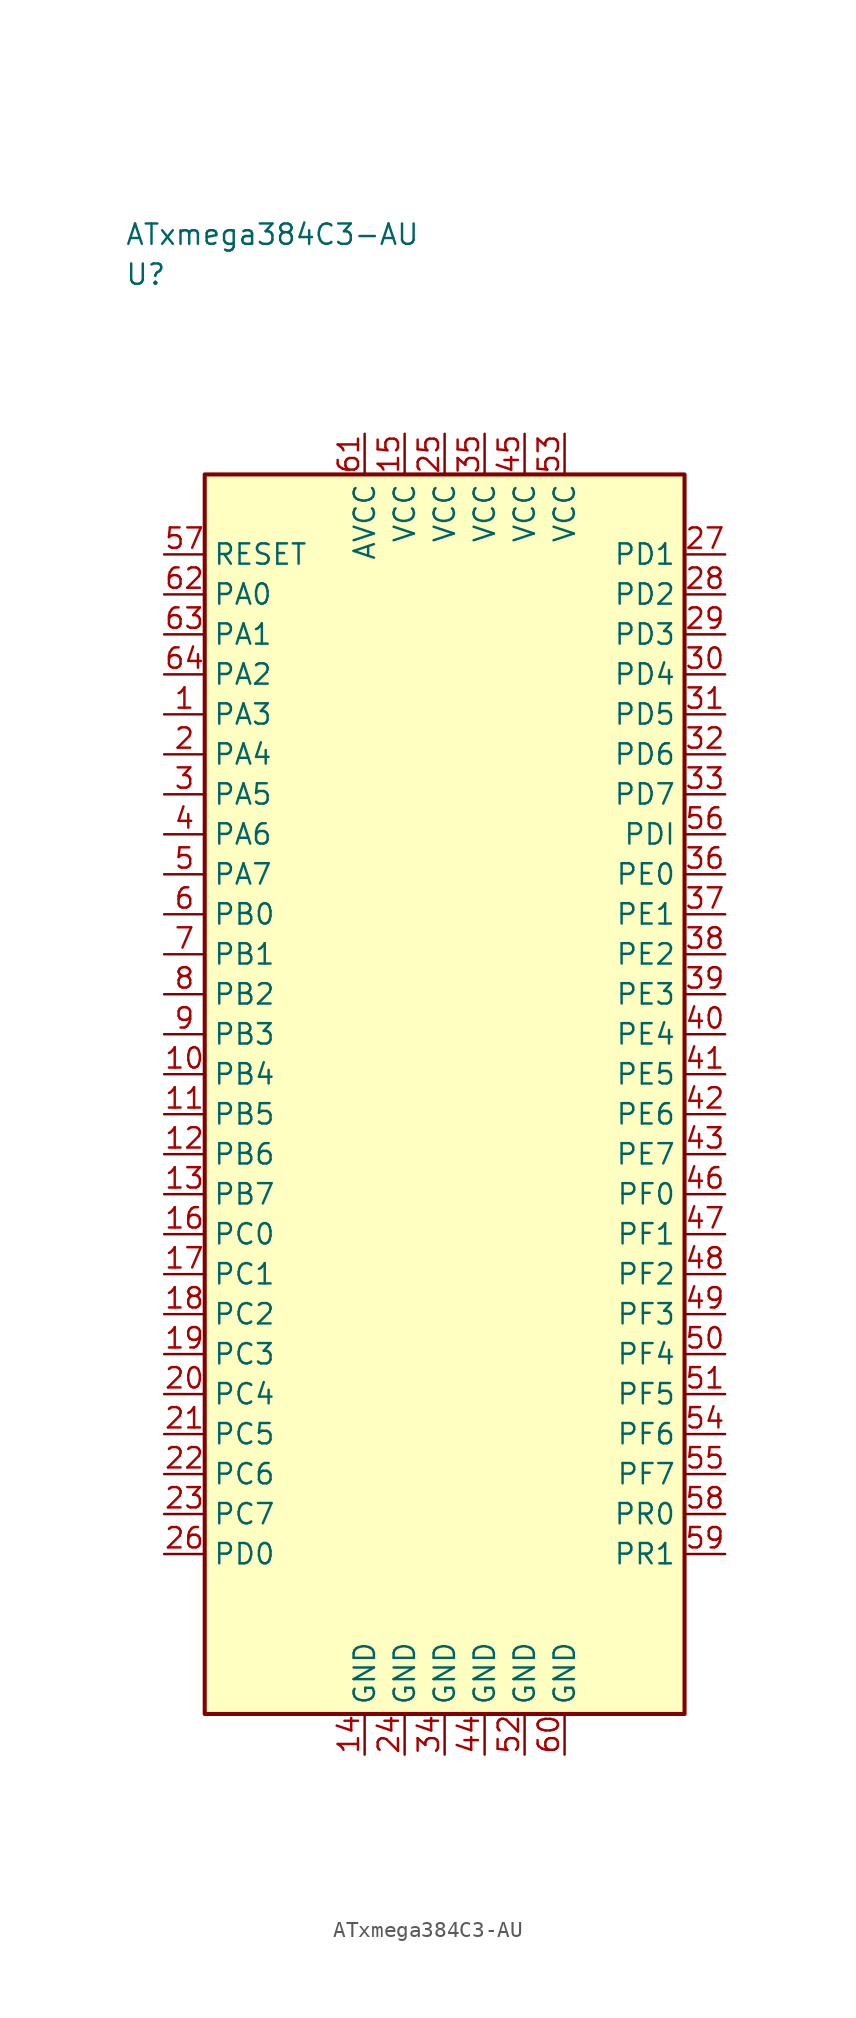
<source format=kicad_sym>
(kicad_symbol_lib
  (version 20241025)
  (generator "kicad_symbol_editor")
  (generator_version "8.0")
  (symbol "ATxmega384C3-AU"
    (property "Reference" "U"
      (at -20.0 51.25 0)
      (effects (font (size 1.27 1.27)) (justify left)))
    (property "Value" "ATxmega384C3-AU"
      (at -20.0 53.75 0)
      (effects (font (size 1.27 1.27)) (justify left)))
    (symbol "ATxmega384C3-AU_0_1"
      (rectangle (start -15.0 38.75) (end 15.0 -38.75) (stroke (width 0.254) (type default)) (fill (type background))))
    (symbol "ATxmega384C3-AU_1_1"
      (pin bidirectional line (at -17.54 23.75 0.0) (length 2.54) (name "PA3" (effects (font (size 1.27 1.27)))) (number "1" (effects (font (size 1.27 1.27)))))
      (pin bidirectional line (at -17.54 21.25 0.0) (length 2.54) (name "PA4" (effects (font (size 1.27 1.27)))) (number "2" (effects (font (size 1.27 1.27)))))
      (pin bidirectional line (at -17.54 18.75 0.0) (length 2.54) (name "PA5" (effects (font (size 1.27 1.27)))) (number "3" (effects (font (size 1.27 1.27)))))
      (pin bidirectional line (at -17.54 16.25 0.0) (length 2.54) (name "PA6" (effects (font (size 1.27 1.27)))) (number "4" (effects (font (size 1.27 1.27)))))
      (pin bidirectional line (at -17.54 13.75 0.0) (length 2.54) (name "PA7" (effects (font (size 1.27 1.27)))) (number "5" (effects (font (size 1.27 1.27)))))
      (pin bidirectional line (at -17.54 11.25 0.0) (length 2.54) (name "PB0" (effects (font (size 1.27 1.27)))) (number "6" (effects (font (size 1.27 1.27)))))
      (pin bidirectional line (at -17.54 8.75 0.0) (length 2.54) (name "PB1" (effects (font (size 1.27 1.27)))) (number "7" (effects (font (size 1.27 1.27)))))
      (pin bidirectional line (at -17.54 6.25 0.0) (length 2.54) (name "PB2" (effects (font (size 1.27 1.27)))) (number "8" (effects (font (size 1.27 1.27)))))
      (pin bidirectional line (at -17.54 3.75 0.0) (length 2.54) (name "PB3" (effects (font (size 1.27 1.27)))) (number "9" (effects (font (size 1.27 1.27)))))
      (pin bidirectional line (at -17.54 1.25 0.0) (length 2.54) (name "PB4" (effects (font (size 1.27 1.27)))) (number "10" (effects (font (size 1.27 1.27)))))
      (pin bidirectional line (at -17.54 -1.25 0.0) (length 2.54) (name "PB5" (effects (font (size 1.27 1.27)))) (number "11" (effects (font (size 1.27 1.27)))))
      (pin bidirectional line (at -17.54 -3.75 0.0) (length 2.54) (name "PB6" (effects (font (size 1.27 1.27)))) (number "12" (effects (font (size 1.27 1.27)))))
      (pin bidirectional line (at -17.54 -6.25 0.0) (length 2.54) (name "PB7" (effects (font (size 1.27 1.27)))) (number "13" (effects (font (size 1.27 1.27)))))
      (pin passive line (at -5.0 -41.29 90.0) (length 2.54) (name "GND" (effects (font (size 1.27 1.27)))) (number "14" (effects (font (size 1.27 1.27)))))
      (pin power_in line (at -2.5 41.29 270.0) (length 2.54) (name "VCC" (effects (font (size 1.27 1.27)))) (number "15" (effects (font (size 1.27 1.27)))))
      (pin bidirectional line (at -17.54 -8.75 0.0) (length 2.54) (name "PC0" (effects (font (size 1.27 1.27)))) (number "16" (effects (font (size 1.27 1.27)))))
      (pin bidirectional line (at -17.54 -11.25 0.0) (length 2.54) (name "PC1" (effects (font (size 1.27 1.27)))) (number "17" (effects (font (size 1.27 1.27)))))
      (pin bidirectional line (at -17.54 -13.75 0.0) (length 2.54) (name "PC2" (effects (font (size 1.27 1.27)))) (number "18" (effects (font (size 1.27 1.27)))))
      (pin bidirectional line (at -17.54 -16.25 0.0) (length 2.54) (name "PC3" (effects (font (size 1.27 1.27)))) (number "19" (effects (font (size 1.27 1.27)))))
      (pin bidirectional line (at -17.54 -18.75 0.0) (length 2.54) (name "PC4" (effects (font (size 1.27 1.27)))) (number "20" (effects (font (size 1.27 1.27)))))
      (pin bidirectional line (at -17.54 -21.25 0.0) (length 2.54) (name "PC5" (effects (font (size 1.27 1.27)))) (number "21" (effects (font (size 1.27 1.27)))))
      (pin bidirectional line (at -17.54 -23.75 0.0) (length 2.54) (name "PC6" (effects (font (size 1.27 1.27)))) (number "22" (effects (font (size 1.27 1.27)))))
      (pin bidirectional line (at -17.54 -26.25 0.0) (length 2.54) (name "PC7" (effects (font (size 1.27 1.27)))) (number "23" (effects (font (size 1.27 1.27)))))
      (pin passive line (at -2.5 -41.29 90.0) (length 2.54) (name "GND" (effects (font (size 1.27 1.27)))) (number "24" (effects (font (size 1.27 1.27)))))
      (pin power_in line (at 0.0 41.29 270.0) (length 2.54) (name "VCC" (effects (font (size 1.27 1.27)))) (number "25" (effects (font (size 1.27 1.27)))))
      (pin bidirectional line (at -17.54 -28.75 0.0) (length 2.54) (name "PD0" (effects (font (size 1.27 1.27)))) (number "26" (effects (font (size 1.27 1.27)))))
      (pin bidirectional line (at 17.54 33.75 180.0) (length 2.54) (name "PD1" (effects (font (size 1.27 1.27)))) (number "27" (effects (font (size 1.27 1.27)))))
      (pin bidirectional line (at 17.54 31.25 180.0) (length 2.54) (name "PD2" (effects (font (size 1.27 1.27)))) (number "28" (effects (font (size 1.27 1.27)))))
      (pin bidirectional line (at 17.54 28.75 180.0) (length 2.54) (name "PD3" (effects (font (size 1.27 1.27)))) (number "29" (effects (font (size 1.27 1.27)))))
      (pin bidirectional line (at 17.54 26.25 180.0) (length 2.54) (name "PD4" (effects (font (size 1.27 1.27)))) (number "30" (effects (font (size 1.27 1.27)))))
      (pin bidirectional line (at 17.54 23.75 180.0) (length 2.54) (name "PD5" (effects (font (size 1.27 1.27)))) (number "31" (effects (font (size 1.27 1.27)))))
      (pin bidirectional line (at 17.54 21.25 180.0) (length 2.54) (name "PD6" (effects (font (size 1.27 1.27)))) (number "32" (effects (font (size 1.27 1.27)))))
      (pin bidirectional line (at 17.54 18.75 180.0) (length 2.54) (name "PD7" (effects (font (size 1.27 1.27)))) (number "33" (effects (font (size 1.27 1.27)))))
      (pin passive line (at 0.0 -41.29 90.0) (length 2.54) (name "GND" (effects (font (size 1.27 1.27)))) (number "34" (effects (font (size 1.27 1.27)))))
      (pin power_in line (at 2.5 41.29 270.0) (length 2.54) (name "VCC" (effects (font (size 1.27 1.27)))) (number "35" (effects (font (size 1.27 1.27)))))
      (pin bidirectional line (at 17.54 13.75 180.0) (length 2.54) (name "PE0" (effects (font (size 1.27 1.27)))) (number "36" (effects (font (size 1.27 1.27)))))
      (pin bidirectional line (at 17.54 11.25 180.0) (length 2.54) (name "PE1" (effects (font (size 1.27 1.27)))) (number "37" (effects (font (size 1.27 1.27)))))
      (pin bidirectional line (at 17.54 8.75 180.0) (length 2.54) (name "PE2" (effects (font (size 1.27 1.27)))) (number "38" (effects (font (size 1.27 1.27)))))
      (pin bidirectional line (at 17.54 6.25 180.0) (length 2.54) (name "PE3" (effects (font (size 1.27 1.27)))) (number "39" (effects (font (size 1.27 1.27)))))
      (pin bidirectional line (at 17.54 3.75 180.0) (length 2.54) (name "PE4" (effects (font (size 1.27 1.27)))) (number "40" (effects (font (size 1.27 1.27)))))
      (pin bidirectional line (at 17.54 1.25 180.0) (length 2.54) (name "PE5" (effects (font (size 1.27 1.27)))) (number "41" (effects (font (size 1.27 1.27)))))
      (pin bidirectional line (at 17.54 -1.25 180.0) (length 2.54) (name "PE6" (effects (font (size 1.27 1.27)))) (number "42" (effects (font (size 1.27 1.27)))))
      (pin bidirectional line (at 17.54 -3.75 180.0) (length 2.54) (name "PE7" (effects (font (size 1.27 1.27)))) (number "43" (effects (font (size 1.27 1.27)))))
      (pin passive line (at 2.5 -41.29 90.0) (length 2.54) (name "GND" (effects (font (size 1.27 1.27)))) (number "44" (effects (font (size 1.27 1.27)))))
      (pin power_in line (at 5.0 41.29 270.0) (length 2.54) (name "VCC" (effects (font (size 1.27 1.27)))) (number "45" (effects (font (size 1.27 1.27)))))
      (pin bidirectional line (at 17.54 -6.25 180.0) (length 2.54) (name "PF0" (effects (font (size 1.27 1.27)))) (number "46" (effects (font (size 1.27 1.27)))))
      (pin bidirectional line (at 17.54 -8.75 180.0) (length 2.54) (name "PF1" (effects (font (size 1.27 1.27)))) (number "47" (effects (font (size 1.27 1.27)))))
      (pin bidirectional line (at 17.54 -11.25 180.0) (length 2.54) (name "PF2" (effects (font (size 1.27 1.27)))) (number "48" (effects (font (size 1.27 1.27)))))
      (pin bidirectional line (at 17.54 -13.75 180.0) (length 2.54) (name "PF3" (effects (font (size 1.27 1.27)))) (number "49" (effects (font (size 1.27 1.27)))))
      (pin bidirectional line (at 17.54 -16.25 180.0) (length 2.54) (name "PF4" (effects (font (size 1.27 1.27)))) (number "50" (effects (font (size 1.27 1.27)))))
      (pin bidirectional line (at 17.54 -18.75 180.0) (length 2.54) (name "PF5" (effects (font (size 1.27 1.27)))) (number "51" (effects (font (size 1.27 1.27)))))
      (pin passive line (at 5.0 -41.29 90.0) (length 2.54) (name "GND" (effects (font (size 1.27 1.27)))) (number "52" (effects (font (size 1.27 1.27)))))
      (pin power_in line (at 7.5 41.29 270.0) (length 2.54) (name "VCC" (effects (font (size 1.27 1.27)))) (number "53" (effects (font (size 1.27 1.27)))))
      (pin bidirectional line (at 17.54 -21.25 180.0) (length 2.54) (name "PF6" (effects (font (size 1.27 1.27)))) (number "54" (effects (font (size 1.27 1.27)))))
      (pin bidirectional line (at 17.54 -23.75 180.0) (length 2.54) (name "PF7" (effects (font (size 1.27 1.27)))) (number "55" (effects (font (size 1.27 1.27)))))
      (pin bidirectional line (at 17.54 16.25 180.0) (length 2.54) (name "PDI" (effects (font (size 1.27 1.27)))) (number "56" (effects (font (size 1.27 1.27)))))
      (pin input line (at -17.54 33.75 0.0) (length 2.54) (name "RESET" (effects (font (size 1.27 1.27)))) (number "57" (effects (font (size 1.27 1.27)))))
      (pin bidirectional line (at 17.54 -26.25 180.0) (length 2.54) (name "PR0" (effects (font (size 1.27 1.27)))) (number "58" (effects (font (size 1.27 1.27)))))
      (pin bidirectional line (at 17.54 -28.75 180.0) (length 2.54) (name "PR1" (effects (font (size 1.27 1.27)))) (number "59" (effects (font (size 1.27 1.27)))))
      (pin passive line (at 7.5 -41.29 90.0) (length 2.54) (name "GND" (effects (font (size 1.27 1.27)))) (number "60" (effects (font (size 1.27 1.27)))))
      (pin power_in line (at -5.0 41.29 270.0) (length 2.54) (name "AVCC" (effects (font (size 1.27 1.27)))) (number "61" (effects (font (size 1.27 1.27)))))
      (pin bidirectional line (at -17.54 31.25 0.0) (length 2.54) (name "PA0" (effects (font (size 1.27 1.27)))) (number "62" (effects (font (size 1.27 1.27)))))
      (pin bidirectional line (at -17.54 28.75 0.0) (length 2.54) (name "PA1" (effects (font (size 1.27 1.27)))) (number "63" (effects (font (size 1.27 1.27)))))
      (pin bidirectional line (at -17.54 26.25 0.0) (length 2.54) (name "PA2" (effects (font (size 1.27 1.27)))) (number "64" (effects (font (size 1.27 1.27))))))))
</source>
